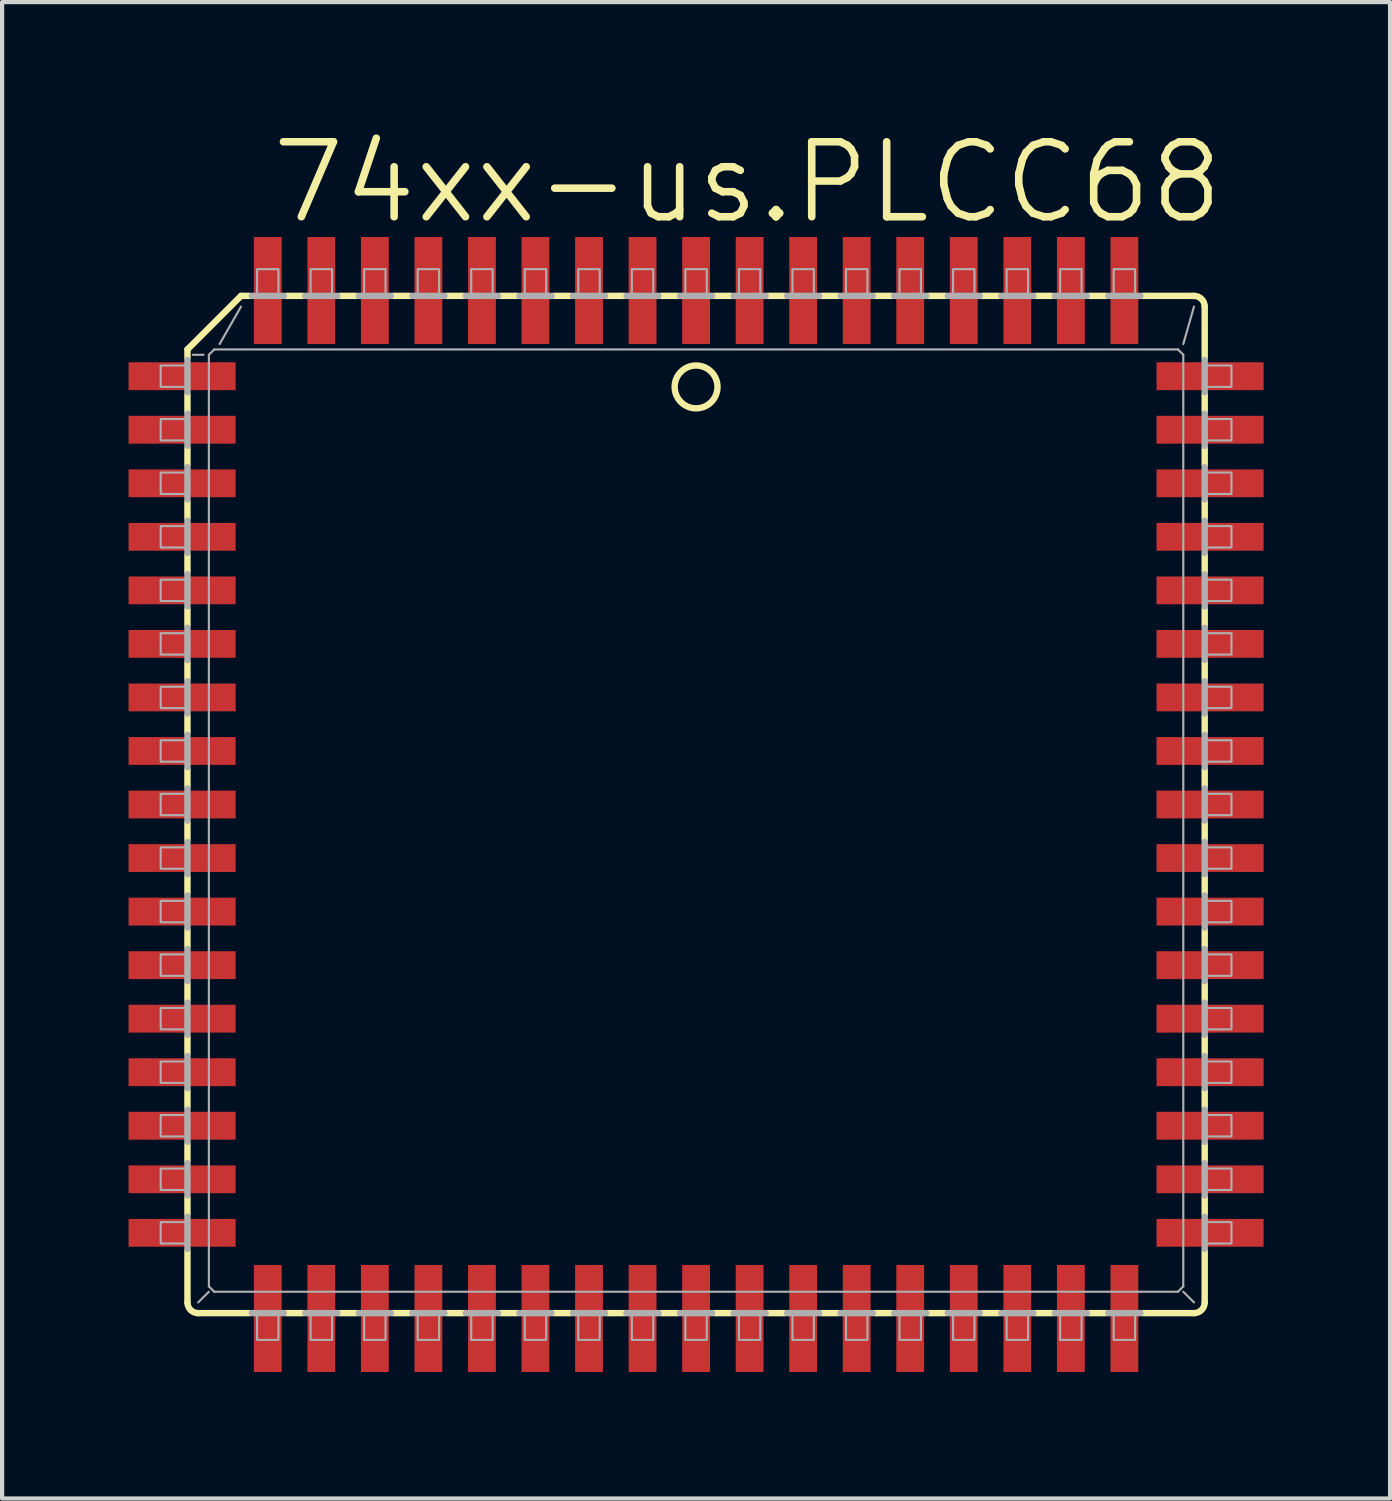
<source format=kicad_pcb>
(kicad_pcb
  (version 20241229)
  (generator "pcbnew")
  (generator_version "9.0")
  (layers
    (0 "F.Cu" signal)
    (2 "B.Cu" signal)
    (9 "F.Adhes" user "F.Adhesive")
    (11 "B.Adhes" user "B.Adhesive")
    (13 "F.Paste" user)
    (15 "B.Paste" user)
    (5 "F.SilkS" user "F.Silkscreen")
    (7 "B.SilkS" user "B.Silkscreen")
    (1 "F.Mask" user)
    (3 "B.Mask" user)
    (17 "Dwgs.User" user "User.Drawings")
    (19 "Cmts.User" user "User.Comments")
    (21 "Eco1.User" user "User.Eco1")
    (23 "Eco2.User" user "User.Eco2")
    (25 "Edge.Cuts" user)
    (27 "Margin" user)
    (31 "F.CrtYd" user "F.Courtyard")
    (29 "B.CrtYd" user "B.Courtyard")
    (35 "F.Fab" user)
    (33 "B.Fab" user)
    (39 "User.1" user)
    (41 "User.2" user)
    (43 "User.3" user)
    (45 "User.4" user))
  (footprint "74xx-us.PLCC68"
    (layer "F.Cu")
    (at 13.462 16.034)
    (property "Reference" "74xx-us.PLCC68" (at -10.16 -13.716 0) (layer "F.SilkS") (effects (font (size 1.778 1.778) (thickness 0.18)) (justify left bottom)))
    (attr smd)
    (fp_line (start -12.065 -10.795) (end -12.065 -10.592) (stroke (width 0.152) (type default)) (layer "F.SilkS"))
    (fp_line (start -12.065 -10.795) (end -10.795 -12.065) (stroke (width 0.152) (type default)) (layer "F.SilkS"))
    (fp_line (start -12.065 -9.728) (end -12.065 -9.322) (stroke (width 0.152) (type default)) (layer "F.SilkS"))
    (fp_line (start -12.065 -8.458) (end -12.065 -8.052) (stroke (width 0.152) (type default)) (layer "F.SilkS"))
    (fp_line (start -12.065 -7.188) (end -12.065 -6.782) (stroke (width 0.152) (type default)) (layer "F.SilkS"))
    (fp_line (start -12.065 -5.918) (end -12.065 -5.512) (stroke (width 0.152) (type default)) (layer "F.SilkS"))
    (fp_line (start -12.065 -4.648) (end -12.065 -4.242) (stroke (width 0.152) (type default)) (layer "F.SilkS"))
    (fp_line (start -12.065 -3.378) (end -12.065 -2.972) (stroke (width 0.152) (type default)) (layer "F.SilkS"))
    (fp_line (start -12.065 -1.702) (end -12.065 -2.108) (stroke (width 0.152) (type default)) (layer "F.SilkS"))
    (fp_line (start -12.065 -0.838) (end -12.065 -0.432) (stroke (width 0.152) (type default)) (layer "F.SilkS"))
    (fp_line (start -12.065 0.838) (end -12.065 0.432) (stroke (width 0.152) (type default)) (layer "F.SilkS"))
    (fp_line (start -12.065 1.702) (end -12.065 2.108) (stroke (width 0.152) (type default)) (layer "F.SilkS"))
    (fp_line (start -12.065 3.378) (end -12.065 2.972) (stroke (width 0.152) (type default)) (layer "F.SilkS"))
    (fp_line (start -12.065 4.242) (end -12.065 4.648) (stroke (width 0.152) (type default)) (layer "F.SilkS"))
    (fp_line (start -12.065 5.918) (end -12.065 5.512) (stroke (width 0.152) (type default)) (layer "F.SilkS"))
    (fp_line (start -12.065 6.782) (end -12.065 7.188) (stroke (width 0.152) (type default)) (layer "F.SilkS"))
    (fp_line (start -12.065 8.458) (end -12.065 8.052) (stroke (width 0.152) (type default)) (layer "F.SilkS"))
    (fp_line (start -12.065 9.322) (end -12.065 9.728) (stroke (width 0.152) (type default)) (layer "F.SilkS"))
    (fp_line (start -12.065 11.811) (end -12.065 10.592) (stroke (width 0.152) (type default)) (layer "F.SilkS"))
    (fp_line (start -11.811 12.065) (end -10.592 12.065) (stroke (width 0.152) (type default)) (layer "F.SilkS"))
    (fp_line (start -10.795 -12.065) (end -10.592 -12.065) (stroke (width 0.152) (type default)) (layer "F.SilkS"))
    (fp_line (start -9.728 12.065) (end -9.322 12.065) (stroke (width 0.152) (type default)) (layer "F.SilkS"))
    (fp_line (start -9.322 -12.065) (end -9.728 -12.065) (stroke (width 0.152) (type default)) (layer "F.SilkS"))
    (fp_line (start -8.458 -12.065) (end -8.052 -12.065) (stroke (width 0.152) (type default)) (layer "F.SilkS"))
    (fp_line (start -8.458 12.065) (end -8.052 12.065) (stroke (width 0.152) (type default)) (layer "F.SilkS"))
    (fp_line (start -7.188 12.065) (end -6.782 12.065) (stroke (width 0.152) (type default)) (layer "F.SilkS"))
    (fp_line (start -6.782 -12.065) (end -7.188 -12.065) (stroke (width 0.152) (type default)) (layer "F.SilkS"))
    (fp_line (start -5.918 -12.065) (end -5.512 -12.065) (stroke (width 0.152) (type default)) (layer "F.SilkS"))
    (fp_line (start -5.918 12.065) (end -5.512 12.065) (stroke (width 0.152) (type default)) (layer "F.SilkS"))
    (fp_line (start -4.648 12.065) (end -4.242 12.065) (stroke (width 0.152) (type default)) (layer "F.SilkS"))
    (fp_line (start -4.242 -12.065) (end -4.648 -12.065) (stroke (width 0.152) (type default)) (layer "F.SilkS"))
    (fp_line (start -3.378 -12.065) (end -2.972 -12.065) (stroke (width 0.152) (type default)) (layer "F.SilkS"))
    (fp_line (start -3.378 12.065) (end -2.972 12.065) (stroke (width 0.152) (type default)) (layer "F.SilkS"))
    (fp_line (start -1.702 -12.065) (end -2.108 -12.065) (stroke (width 0.152) (type default)) (layer "F.SilkS"))
    (fp_line (start -1.702 12.065) (end -2.108 12.065) (stroke (width 0.152) (type default)) (layer "F.SilkS"))
    (fp_line (start -0.838 -12.065) (end -0.432 -12.065) (stroke (width 0.152) (type default)) (layer "F.SilkS"))
    (fp_line (start -0.838 12.065) (end -0.432 12.065) (stroke (width 0.152) (type default)) (layer "F.SilkS"))
    (fp_line (start 0.838 -12.065) (end 0.432 -12.065) (stroke (width 0.152) (type default)) (layer "F.SilkS"))
    (fp_line (start 0.838 12.065) (end 0.432 12.065) (stroke (width 0.152) (type default)) (layer "F.SilkS"))
    (fp_line (start 1.702 -12.065) (end 2.108 -12.065) (stroke (width 0.152) (type default)) (layer "F.SilkS"))
    (fp_line (start 1.702 12.065) (end 2.108 12.065) (stroke (width 0.152) (type default)) (layer "F.SilkS"))
    (fp_line (start 3.378 -12.065) (end 2.972 -12.065) (stroke (width 0.152) (type default)) (layer "F.SilkS"))
    (fp_line (start 3.378 12.065) (end 2.972 12.065) (stroke (width 0.152) (type default)) (layer "F.SilkS"))
    (fp_line (start 4.242 12.065) (end 4.648 12.065) (stroke (width 0.152) (type default)) (layer "F.SilkS"))
    (fp_line (start 4.648 -12.065) (end 4.242 -12.065) (stroke (width 0.152) (type default)) (layer "F.SilkS"))
    (fp_line (start 5.918 -12.065) (end 5.512 -12.065) (stroke (width 0.152) (type default)) (layer "F.SilkS"))
    (fp_line (start 5.918 12.065) (end 5.512 12.065) (stroke (width 0.152) (type default)) (layer "F.SilkS"))
    (fp_line (start 6.782 12.065) (end 7.188 12.065) (stroke (width 0.152) (type default)) (layer "F.SilkS"))
    (fp_line (start 7.188 -12.065) (end 6.782 -12.065) (stroke (width 0.152) (type default)) (layer "F.SilkS"))
    (fp_line (start 8.458 -12.065) (end 8.052 -12.065) (stroke (width 0.152) (type default)) (layer "F.SilkS"))
    (fp_line (start 8.458 12.065) (end 8.052 12.065) (stroke (width 0.152) (type default)) (layer "F.SilkS"))
    (fp_line (start 9.322 12.065) (end 9.728 12.065) (stroke (width 0.152) (type default)) (layer "F.SilkS"))
    (fp_line (start 9.728 -12.065) (end 9.322 -12.065) (stroke (width 0.152) (type default)) (layer "F.SilkS"))
    (fp_line (start 11.811 -12.065) (end 10.592 -12.065) (stroke (width 0.152) (type default)) (layer "F.SilkS"))
    (fp_line (start 11.811 12.065) (end 10.592 12.065) (stroke (width 0.152) (type default)) (layer "F.SilkS"))
    (fp_line (start 12.065 -11.811) (end 12.065 -10.592) (stroke (width 0.152) (type default)) (layer "F.SilkS"))
    (fp_line (start 12.065 -9.322) (end 12.065 -9.728) (stroke (width 0.152) (type default)) (layer "F.SilkS"))
    (fp_line (start 12.065 -8.458) (end 12.065 -8.052) (stroke (width 0.152) (type default)) (layer "F.SilkS"))
    (fp_line (start 12.065 -6.782) (end 12.065 -7.188) (stroke (width 0.152) (type default)) (layer "F.SilkS"))
    (fp_line (start 12.065 -5.918) (end 12.065 -5.512) (stroke (width 0.152) (type default)) (layer "F.SilkS"))
    (fp_line (start 12.065 -4.242) (end 12.065 -4.648) (stroke (width 0.152) (type default)) (layer "F.SilkS"))
    (fp_line (start 12.065 -3.378) (end 12.065 -2.972) (stroke (width 0.152) (type default)) (layer "F.SilkS"))
    (fp_line (start 12.065 -1.702) (end 12.065 -2.108) (stroke (width 0.152) (type default)) (layer "F.SilkS"))
    (fp_line (start 12.065 -0.838) (end 12.065 -0.432) (stroke (width 0.152) (type default)) (layer "F.SilkS"))
    (fp_line (start 12.065 0.838) (end 12.065 0.432) (stroke (width 0.152) (type default)) (layer "F.SilkS"))
    (fp_line (start 12.065 1.702) (end 12.065 2.108) (stroke (width 0.152) (type default)) (layer "F.SilkS"))
    (fp_line (start 12.065 3.378) (end 12.065 2.972) (stroke (width 0.152) (type default)) (layer "F.SilkS"))
    (fp_line (start 12.065 4.648) (end 12.065 4.242) (stroke (width 0.152) (type default)) (layer "F.SilkS"))
    (fp_line (start 12.065 5.918) (end 12.065 5.512) (stroke (width 0.152) (type default)) (layer "F.SilkS"))
    (fp_line (start 12.065 7.188) (end 12.065 6.782) (stroke (width 0.152) (type default)) (layer "F.SilkS"))
    (fp_line (start 12.065 8.458) (end 12.065 8.052) (stroke (width 0.152) (type default)) (layer "F.SilkS"))
    (fp_line (start 12.065 9.728) (end 12.065 9.322) (stroke (width 0.152) (type default)) (layer "F.SilkS"))
    (fp_line (start 12.065 11.811) (end 12.065 10.592) (stroke (width 0.152) (type default)) (layer "F.SilkS"))
    (fp_arc (start -11.811 12.065) (mid -11.990605 11.990605) (end -12.065 11.811) (stroke (width 0.1524) (type default)) (layer "F.SilkS"))
    (fp_arc (start 11.811 -12.065) (mid 11.990605 -11.990605) (end 12.065 -11.811) (stroke (width 0.1524) (type default)) (layer "F.SilkS"))
    (fp_arc (start 12.065 11.811) (mid 11.990605 11.990605) (end 11.811 12.065) (stroke (width 0.1524) (type default)) (layer "F.SilkS"))
    (fp_circle (center 0 -9.906) (end 0.508 -9.906) (stroke (width 0.152) (type default)) (fill no) (layer "F.SilkS"))
    (fp_line (start -12.065 -10.541) (end -12.065 -9.779) (stroke (width 0.152) (type default)) (layer "F.Fab"))
    (fp_line (start -12.065 -9.271) (end -12.065 -8.509) (stroke (width 0.152) (type default)) (layer "F.Fab"))
    (fp_line (start -12.065 -8.001) (end -12.065 -7.239) (stroke (width 0.152) (type default)) (layer "F.Fab"))
    (fp_line (start -12.065 -6.731) (end -12.065 -5.969) (stroke (width 0.152) (type default)) (layer "F.Fab"))
    (fp_line (start -12.065 -5.461) (end -12.065 -4.699) (stroke (width 0.152) (type default)) (layer "F.Fab"))
    (fp_line (start -12.065 -4.191) (end -12.065 -3.429) (stroke (width 0.152) (type default)) (layer "F.Fab"))
    (fp_line (start -12.065 -2.921) (end -12.065 -2.159) (stroke (width 0.152) (type default)) (layer "F.Fab"))
    (fp_line (start -12.065 -1.651) (end -12.065 -0.889) (stroke (width 0.152) (type default)) (layer "F.Fab"))
    (fp_line (start -12.065 -0.381) (end -12.065 0.381) (stroke (width 0.152) (type default)) (layer "F.Fab"))
    (fp_line (start -12.065 0.889) (end -12.065 1.651) (stroke (width 0.152) (type default)) (layer "F.Fab"))
    (fp_line (start -12.065 2.159) (end -12.065 2.921) (stroke (width 0.152) (type default)) (layer "F.Fab"))
    (fp_line (start -12.065 3.429) (end -12.065 4.191) (stroke (width 0.152) (type default)) (layer "F.Fab"))
    (fp_line (start -12.065 4.699) (end -12.065 5.461) (stroke (width 0.152) (type default)) (layer "F.Fab"))
    (fp_line (start -12.065 5.969) (end -12.065 6.731) (stroke (width 0.152) (type default)) (layer "F.Fab"))
    (fp_line (start -12.065 7.239) (end -12.065 8.001) (stroke (width 0.152) (type default)) (layer "F.Fab"))
    (fp_line (start -12.065 8.509) (end -12.065 9.271) (stroke (width 0.152) (type default)) (layer "F.Fab"))
    (fp_line (start -12.065 9.779) (end -12.065 10.541) (stroke (width 0.152) (type default)) (layer "F.Fab"))
    (fp_line (start -11.684 -10.668) (end -11.938 -10.668) (stroke (width 0.051) (type default)) (layer "F.Fab"))
    (fp_line (start -11.557 11.43) (end -11.557 -10.668) (stroke (width 0.051) (type default)) (layer "F.Fab"))
    (fp_line (start -11.557 11.43) (end -11.43 11.557) (stroke (width 0.051) (type default)) (layer "F.Fab"))
    (fp_line (start -11.557 11.557) (end -11.811 11.811) (stroke (width 0.051) (type default)) (layer "F.Fab"))
    (fp_line (start -11.43 -10.795) (end -11.557 -10.668) (stroke (width 0.051) (type default)) (layer "F.Fab"))
    (fp_line (start -11.43 -10.795) (end 11.43 -10.795) (stroke (width 0.051) (type default)) (layer "F.Fab"))
    (fp_line (start -11.303 -10.922) (end -10.795 -11.811) (stroke (width 0.051) (type default)) (layer "F.Fab"))
    (fp_line (start -10.541 12.065) (end -9.779 12.065) (stroke (width 0.152) (type default)) (layer "F.Fab"))
    (fp_line (start -9.779 -12.065) (end -10.541 -12.065) (stroke (width 0.152) (type default)) (layer "F.Fab"))
    (fp_line (start -9.271 12.065) (end -8.509 12.065) (stroke (width 0.152) (type default)) (layer "F.Fab"))
    (fp_line (start -8.509 -12.065) (end -9.271 -12.065) (stroke (width 0.152) (type default)) (layer "F.Fab"))
    (fp_line (start -8.001 12.065) (end -7.239 12.065) (stroke (width 0.152) (type default)) (layer "F.Fab"))
    (fp_line (start -7.239 -12.065) (end -8.001 -12.065) (stroke (width 0.152) (type default)) (layer "F.Fab"))
    (fp_line (start -6.731 12.065) (end -5.969 12.065) (stroke (width 0.152) (type default)) (layer "F.Fab"))
    (fp_line (start -5.969 -12.065) (end -6.731 -12.065) (stroke (width 0.152) (type default)) (layer "F.Fab"))
    (fp_line (start -5.461 12.065) (end -4.699 12.065) (stroke (width 0.152) (type default)) (layer "F.Fab"))
    (fp_line (start -4.699 -12.065) (end -5.461 -12.065) (stroke (width 0.152) (type default)) (layer "F.Fab"))
    (fp_line (start -4.191 12.065) (end -3.429 12.065) (stroke (width 0.152) (type default)) (layer "F.Fab"))
    (fp_line (start -3.429 -12.065) (end -4.191 -12.065) (stroke (width 0.152) (type default)) (layer "F.Fab"))
    (fp_line (start -2.921 12.065) (end -2.159 12.065) (stroke (width 0.152) (type default)) (layer "F.Fab"))
    (fp_line (start -2.159 -12.065) (end -2.921 -12.065) (stroke (width 0.152) (type default)) (layer "F.Fab"))
    (fp_line (start -1.651 12.065) (end -0.889 12.065) (stroke (width 0.152) (type default)) (layer "F.Fab"))
    (fp_line (start -0.889 -12.065) (end -1.651 -12.065) (stroke (width 0.152) (type default)) (layer "F.Fab"))
    (fp_line (start -0.381 12.065) (end 0.381 12.065) (stroke (width 0.152) (type default)) (layer "F.Fab"))
    (fp_line (start 0.381 -12.065) (end -0.381 -12.065) (stroke (width 0.152) (type default)) (layer "F.Fab"))
    (fp_line (start 0.889 12.065) (end 1.651 12.065) (stroke (width 0.152) (type default)) (layer "F.Fab"))
    (fp_line (start 1.651 -12.065) (end 0.889 -12.065) (stroke (width 0.152) (type default)) (layer "F.Fab"))
    (fp_line (start 2.159 12.065) (end 2.921 12.065) (stroke (width 0.152) (type default)) (layer "F.Fab"))
    (fp_line (start 2.921 -12.065) (end 2.159 -12.065) (stroke (width 0.152) (type default)) (layer "F.Fab"))
    (fp_line (start 3.429 12.065) (end 4.191 12.065) (stroke (width 0.152) (type default)) (layer "F.Fab"))
    (fp_line (start 4.191 -12.065) (end 3.429 -12.065) (stroke (width 0.152) (type default)) (layer "F.Fab"))
    (fp_line (start 4.699 12.065) (end 5.461 12.065) (stroke (width 0.152) (type default)) (layer "F.Fab"))
    (fp_line (start 5.461 -12.065) (end 4.699 -12.065) (stroke (width 0.152) (type default)) (layer "F.Fab"))
    (fp_line (start 5.969 12.065) (end 6.731 12.065) (stroke (width 0.152) (type default)) (layer "F.Fab"))
    (fp_line (start 6.731 -12.065) (end 5.969 -12.065) (stroke (width 0.152) (type default)) (layer "F.Fab"))
    (fp_line (start 7.239 12.065) (end 8.001 12.065) (stroke (width 0.152) (type default)) (layer "F.Fab"))
    (fp_line (start 8.001 -12.065) (end 7.239 -12.065) (stroke (width 0.152) (type default)) (layer "F.Fab"))
    (fp_line (start 8.509 12.065) (end 9.271 12.065) (stroke (width 0.152) (type default)) (layer "F.Fab"))
    (fp_line (start 9.271 -12.065) (end 8.509 -12.065) (stroke (width 0.152) (type default)) (layer "F.Fab"))
    (fp_line (start 9.779 12.065) (end 10.541 12.065) (stroke (width 0.152) (type default)) (layer "F.Fab"))
    (fp_line (start 10.541 -12.065) (end 9.779 -12.065) (stroke (width 0.152) (type default)) (layer "F.Fab"))
    (fp_line (start 11.43 11.557) (end -11.43 11.557) (stroke (width 0.051) (type default)) (layer "F.Fab"))
    (fp_line (start 11.43 11.557) (end 11.557 11.43) (stroke (width 0.051) (type default)) (layer "F.Fab"))
    (fp_line (start 11.557 -10.668) (end 11.43 -10.795) (stroke (width 0.051) (type default)) (layer "F.Fab"))
    (fp_line (start 11.557 -10.668) (end 11.557 11.43) (stroke (width 0.051) (type default)) (layer "F.Fab"))
    (fp_line (start 11.557 11.557) (end 11.811 11.811) (stroke (width 0.051) (type default)) (layer "F.Fab"))
    (fp_line (start 11.811 -11.811) (end 11.557 -10.922) (stroke (width 0.051) (type default)) (layer "F.Fab"))
    (fp_line (start 12.065 -9.779) (end 12.065 -10.541) (stroke (width 0.152) (type default)) (layer "F.Fab"))
    (fp_line (start 12.065 -8.509) (end 12.065 -9.271) (stroke (width 0.152) (type default)) (layer "F.Fab"))
    (fp_line (start 12.065 -7.239) (end 12.065 -8.001) (stroke (width 0.152) (type default)) (layer "F.Fab"))
    (fp_line (start 12.065 -5.969) (end 12.065 -6.731) (stroke (width 0.152) (type default)) (layer "F.Fab"))
    (fp_line (start 12.065 -4.699) (end 12.065 -5.461) (stroke (width 0.152) (type default)) (layer "F.Fab"))
    (fp_line (start 12.065 -3.429) (end 12.065 -4.191) (stroke (width 0.152) (type default)) (layer "F.Fab"))
    (fp_line (start 12.065 -2.159) (end 12.065 -2.921) (stroke (width 0.152) (type default)) (layer "F.Fab"))
    (fp_line (start 12.065 -0.889) (end 12.065 -1.651) (stroke (width 0.152) (type default)) (layer "F.Fab"))
    (fp_line (start 12.065 0.381) (end 12.065 -0.381) (stroke (width 0.152) (type default)) (layer "F.Fab"))
    (fp_line (start 12.065 1.651) (end 12.065 0.889) (stroke (width 0.152) (type default)) (layer "F.Fab"))
    (fp_line (start 12.065 2.921) (end 12.065 2.159) (stroke (width 0.152) (type default)) (layer "F.Fab"))
    (fp_line (start 12.065 4.191) (end 12.065 3.429) (stroke (width 0.152) (type default)) (layer "F.Fab"))
    (fp_line (start 12.065 5.461) (end 12.065 4.699) (stroke (width 0.152) (type default)) (layer "F.Fab"))
    (fp_line (start 12.065 6.731) (end 12.065 5.969) (stroke (width 0.152) (type default)) (layer "F.Fab"))
    (fp_line (start 12.065 8.001) (end 12.065 7.239) (stroke (width 0.152) (type default)) (layer "F.Fab"))
    (fp_line (start 12.065 9.271) (end 12.065 8.509) (stroke (width 0.152) (type default)) (layer "F.Fab"))
    (fp_line (start 12.065 10.541) (end 12.065 9.779) (stroke (width 0.152) (type default)) (layer "F.Fab"))
    (fp_rect (start -12.7 -9.906) (end -12.065 -10.414) (stroke (width 0.05) (type default)) (fill no) (layer "F.Fab"))
    (fp_rect (start -12.7 -8.636) (end -12.065 -9.144) (stroke (width 0.05) (type default)) (fill no) (layer "F.Fab"))
    (fp_rect (start -12.7 -7.366) (end -12.065 -7.874) (stroke (width 0.05) (type default)) (fill no) (layer "F.Fab"))
    (fp_rect (start -12.7 -6.096) (end -12.065 -6.604) (stroke (width 0.05) (type default)) (fill no) (layer "F.Fab"))
    (fp_rect (start -12.7 -4.826) (end -12.065 -5.334) (stroke (width 0.05) (type default)) (fill no) (layer "F.Fab"))
    (fp_rect (start -12.7 -3.556) (end -12.065 -4.064) (stroke (width 0.05) (type default)) (fill no) (layer "F.Fab"))
    (fp_rect (start -12.7 -2.286) (end -12.065 -2.794) (stroke (width 0.05) (type default)) (fill no) (layer "F.Fab"))
    (fp_rect (start -12.7 -1.016) (end -12.065 -1.524) (stroke (width 0.05) (type default)) (fill no) (layer "F.Fab"))
    (fp_rect (start -12.7 0.254) (end -12.065 -0.254) (stroke (width 0.05) (type default)) (fill no) (layer "F.Fab"))
    (fp_rect (start -12.7 1.524) (end -12.065 1.016) (stroke (width 0.05) (type default)) (fill no) (layer "F.Fab"))
    (fp_rect (start -12.7 2.794) (end -12.065 2.286) (stroke (width 0.05) (type default)) (fill no) (layer "F.Fab"))
    (fp_rect (start -12.7 4.064) (end -12.065 3.556) (stroke (width 0.05) (type default)) (fill no) (layer "F.Fab"))
    (fp_rect (start -12.7 5.334) (end -12.065 4.826) (stroke (width 0.05) (type default)) (fill no) (layer "F.Fab"))
    (fp_rect (start -12.7 6.604) (end -12.065 6.096) (stroke (width 0.05) (type default)) (fill no) (layer "F.Fab"))
    (fp_rect (start -12.7 7.874) (end -12.065 7.366) (stroke (width 0.05) (type default)) (fill no) (layer "F.Fab"))
    (fp_rect (start -12.7 9.144) (end -12.065 8.636) (stroke (width 0.05) (type default)) (fill no) (layer "F.Fab"))
    (fp_rect (start -12.7 10.414) (end -12.065 9.906) (stroke (width 0.05) (type default)) (fill no) (layer "F.Fab"))
    (fp_rect (start -10.414 -12.065) (end -9.906 -12.7) (stroke (width 0.05) (type default)) (fill no) (layer "F.Fab"))
    (fp_rect (start -10.414 12.7) (end -9.906 12.065) (stroke (width 0.05) (type default)) (fill no) (layer "F.Fab"))
    (fp_rect (start -9.144 -12.065) (end -8.636 -12.7) (stroke (width 0.05) (type default)) (fill no) (layer "F.Fab"))
    (fp_rect (start -9.144 12.7) (end -8.636 12.065) (stroke (width 0.05) (type default)) (fill no) (layer "F.Fab"))
    (fp_rect (start -7.874 -12.065) (end -7.366 -12.7) (stroke (width 0.05) (type default)) (fill no) (layer "F.Fab"))
    (fp_rect (start -7.874 12.7) (end -7.366 12.065) (stroke (width 0.05) (type default)) (fill no) (layer "F.Fab"))
    (fp_rect (start -6.604 -12.065) (end -6.096 -12.7) (stroke (width 0.05) (type default)) (fill no) (layer "F.Fab"))
    (fp_rect (start -6.604 12.7) (end -6.096 12.065) (stroke (width 0.05) (type default)) (fill no) (layer "F.Fab"))
    (fp_rect (start -5.334 -12.065) (end -4.826 -12.7) (stroke (width 0.05) (type default)) (fill no) (layer "F.Fab"))
    (fp_rect (start -5.334 12.7) (end -4.826 12.065) (stroke (width 0.05) (type default)) (fill no) (layer "F.Fab"))
    (fp_rect (start -4.064 -12.065) (end -3.556 -12.7) (stroke (width 0.05) (type default)) (fill no) (layer "F.Fab"))
    (fp_rect (start -4.064 12.7) (end -3.556 12.065) (stroke (width 0.05) (type default)) (fill no) (layer "F.Fab"))
    (fp_rect (start -2.794 -12.065) (end -2.286 -12.7) (stroke (width 0.05) (type default)) (fill no) (layer "F.Fab"))
    (fp_rect (start -2.794 12.7) (end -2.286 12.065) (stroke (width 0.05) (type default)) (fill no) (layer "F.Fab"))
    (fp_rect (start -1.524 -12.065) (end -1.016 -12.7) (stroke (width 0.05) (type default)) (fill no) (layer "F.Fab"))
    (fp_rect (start -1.524 12.7) (end -1.016 12.065) (stroke (width 0.05) (type default)) (fill no) (layer "F.Fab"))
    (fp_rect (start -0.254 -12.065) (end 0.254 -12.7) (stroke (width 0.05) (type default)) (fill no) (layer "F.Fab"))
    (fp_rect (start -0.254 12.7) (end 0.254 12.065) (stroke (width 0.05) (type default)) (fill no) (layer "F.Fab"))
    (fp_rect (start 1.016 -12.065) (end 1.524 -12.7) (stroke (width 0.05) (type default)) (fill no) (layer "F.Fab"))
    (fp_rect (start 1.016 12.7) (end 1.524 12.065) (stroke (width 0.05) (type default)) (fill no) (layer "F.Fab"))
    (fp_rect (start 2.286 -12.065) (end 2.794 -12.7) (stroke (width 0.05) (type default)) (fill no) (layer "F.Fab"))
    (fp_rect (start 2.286 12.7) (end 2.794 12.065) (stroke (width 0.05) (type default)) (fill no) (layer "F.Fab"))
    (fp_rect (start 3.556 -12.065) (end 4.064 -12.7) (stroke (width 0.05) (type default)) (fill no) (layer "F.Fab"))
    (fp_rect (start 3.556 12.7) (end 4.064 12.065) (stroke (width 0.05) (type default)) (fill no) (layer "F.Fab"))
    (fp_rect (start 4.826 -12.065) (end 5.334 -12.7) (stroke (width 0.05) (type default)) (fill no) (layer "F.Fab"))
    (fp_rect (start 4.826 12.7) (end 5.334 12.065) (stroke (width 0.05) (type default)) (fill no) (layer "F.Fab"))
    (fp_rect (start 6.096 -12.065) (end 6.604 -12.7) (stroke (width 0.05) (type default)) (fill no) (layer "F.Fab"))
    (fp_rect (start 6.096 12.7) (end 6.604 12.065) (stroke (width 0.05) (type default)) (fill no) (layer "F.Fab"))
    (fp_rect (start 7.366 -12.065) (end 7.874 -12.7) (stroke (width 0.05) (type default)) (fill no) (layer "F.Fab"))
    (fp_rect (start 7.366 12.7) (end 7.874 12.065) (stroke (width 0.05) (type default)) (fill no) (layer "F.Fab"))
    (fp_rect (start 8.636 -12.065) (end 9.144 -12.7) (stroke (width 0.05) (type default)) (fill no) (layer "F.Fab"))
    (fp_rect (start 8.636 12.7) (end 9.144 12.065) (stroke (width 0.05) (type default)) (fill no) (layer "F.Fab"))
    (fp_rect (start 9.906 -12.065) (end 10.414 -12.7) (stroke (width 0.05) (type default)) (fill no) (layer "F.Fab"))
    (fp_rect (start 9.906 12.7) (end 10.414 12.065) (stroke (width 0.05) (type default)) (fill no) (layer "F.Fab"))
    (fp_rect (start 12.065 -9.906) (end 12.7 -10.414) (stroke (width 0.05) (type default)) (fill no) (layer "F.Fab"))
    (fp_rect (start 12.065 -8.636) (end 12.7 -9.144) (stroke (width 0.05) (type default)) (fill no) (layer "F.Fab"))
    (fp_rect (start 12.065 -7.366) (end 12.7 -7.874) (stroke (width 0.05) (type default)) (fill no) (layer "F.Fab"))
    (fp_rect (start 12.065 -6.096) (end 12.7 -6.604) (stroke (width 0.05) (type default)) (fill no) (layer "F.Fab"))
    (fp_rect (start 12.065 -4.826) (end 12.7 -5.334) (stroke (width 0.05) (type default)) (fill no) (layer "F.Fab"))
    (fp_rect (start 12.065 -3.556) (end 12.7 -4.064) (stroke (width 0.05) (type default)) (fill no) (layer "F.Fab"))
    (fp_rect (start 12.065 -2.286) (end 12.7 -2.794) (stroke (width 0.05) (type default)) (fill no) (layer "F.Fab"))
    (fp_rect (start 12.065 -1.016) (end 12.7 -1.524) (stroke (width 0.05) (type default)) (fill no) (layer "F.Fab"))
    (fp_rect (start 12.065 0.254) (end 12.7 -0.254) (stroke (width 0.05) (type default)) (fill no) (layer "F.Fab"))
    (fp_rect (start 12.065 1.524) (end 12.7 1.016) (stroke (width 0.05) (type default)) (fill no) (layer "F.Fab"))
    (fp_rect (start 12.065 2.794) (end 12.7 2.286) (stroke (width 0.05) (type default)) (fill no) (layer "F.Fab"))
    (fp_rect (start 12.065 4.064) (end 12.7 3.556) (stroke (width 0.05) (type default)) (fill no) (layer "F.Fab"))
    (fp_rect (start 12.065 5.334) (end 12.7 4.826) (stroke (width 0.05) (type default)) (fill no) (layer "F.Fab"))
    (fp_rect (start 12.065 6.604) (end 12.7 6.096) (stroke (width 0.05) (type default)) (fill no) (layer "F.Fab"))
    (fp_rect (start 12.065 7.874) (end 12.7 7.366) (stroke (width 0.05) (type default)) (fill no) (layer "F.Fab"))
    (fp_rect (start 12.065 9.144) (end 12.7 8.636) (stroke (width 0.05) (type default)) (fill no) (layer "F.Fab"))
    (fp_rect (start 12.065 10.414) (end 12.7 9.906) (stroke (width 0.05) (type default)) (fill no) (layer "F.Fab"))
    (pad "1" smd roundrect (at 0 -12.192) (size 0.66 2.54) (layers "F.Cu" "F.Mask" "F.Paste") (roundrect_rratio 0.01))
    (pad "2" smd roundrect (at -1.27 -12.192) (size 0.66 2.54) (layers "F.Cu" "F.Mask" "F.Paste") (roundrect_rratio 0.01))
    (pad "3" smd roundrect (at -2.54 -12.192) (size 0.66 2.54) (layers "F.Cu" "F.Mask" "F.Paste") (roundrect_rratio 0.01))
    (pad "4" smd roundrect (at -3.81 -12.192) (size 0.66 2.54) (layers "F.Cu" "F.Mask" "F.Paste") (roundrect_rratio 0.01))
    (pad "5" smd roundrect (at -5.08 -12.192) (size 0.66 2.54) (layers "F.Cu" "F.Mask" "F.Paste") (roundrect_rratio 0.01))
    (pad "6" smd roundrect (at -6.35 -12.192) (size 0.66 2.54) (layers "F.Cu" "F.Mask" "F.Paste") (roundrect_rratio 0.01))
    (pad "7" smd roundrect (at -7.62 -12.192) (size 0.66 2.54) (layers "F.Cu" "F.Mask" "F.Paste") (roundrect_rratio 0.01))
    (pad "8" smd roundrect (at -8.89 -12.192) (size 0.66 2.54) (layers "F.Cu" "F.Mask" "F.Paste") (roundrect_rratio 0.01))
    (pad "9" smd roundrect (at -10.16 -12.192) (size 0.66 2.54) (layers "F.Cu" "F.Mask" "F.Paste") (roundrect_rratio 0.01))
    (pad "10" smd roundrect (at -12.192 -10.16) (size 2.54 0.66) (layers "F.Cu" "F.Mask" "F.Paste") (roundrect_rratio 0.01))
    (pad "11" smd roundrect (at -12.192 -8.89) (size 2.54 0.66) (layers "F.Cu" "F.Mask" "F.Paste") (roundrect_rratio 0.01))
    (pad "12" smd roundrect (at -12.192 -7.62) (size 2.54 0.66) (layers "F.Cu" "F.Mask" "F.Paste") (roundrect_rratio 0.01))
    (pad "13" smd roundrect (at -12.192 -6.35) (size 2.54 0.66) (layers "F.Cu" "F.Mask" "F.Paste") (roundrect_rratio 0.01))
    (pad "14" smd roundrect (at -12.192 -5.08) (size 2.54 0.66) (layers "F.Cu" "F.Mask" "F.Paste") (roundrect_rratio 0.01))
    (pad "15" smd roundrect (at -12.192 -3.81) (size 2.54 0.66) (layers "F.Cu" "F.Mask" "F.Paste") (roundrect_rratio 0.01))
    (pad "16" smd roundrect (at -12.192 -2.54) (size 2.54 0.66) (layers "F.Cu" "F.Mask" "F.Paste") (roundrect_rratio 0.01))
    (pad "17" smd roundrect (at -12.192 -1.27) (size 2.54 0.66) (layers "F.Cu" "F.Mask" "F.Paste") (roundrect_rratio 0.01))
    (pad "18" smd roundrect (at -12.192 0) (size 2.54 0.66) (layers "F.Cu" "F.Mask" "F.Paste") (roundrect_rratio 0.01))
    (pad "19" smd roundrect (at -12.192 1.27) (size 2.54 0.66) (layers "F.Cu" "F.Mask" "F.Paste") (roundrect_rratio 0.01))
    (pad "20" smd roundrect (at -12.192 2.54) (size 2.54 0.66) (layers "F.Cu" "F.Mask" "F.Paste") (roundrect_rratio 0.01))
    (pad "21" smd roundrect (at -12.192 3.81) (size 2.54 0.66) (layers "F.Cu" "F.Mask" "F.Paste") (roundrect_rratio 0.01))
    (pad "22" smd roundrect (at -12.192 5.08) (size 2.54 0.66) (layers "F.Cu" "F.Mask" "F.Paste") (roundrect_rratio 0.01))
    (pad "23" smd roundrect (at -12.192 6.35) (size 2.54 0.66) (layers "F.Cu" "F.Mask" "F.Paste") (roundrect_rratio 0.01))
    (pad "24" smd roundrect (at -12.192 7.62) (size 2.54 0.66) (layers "F.Cu" "F.Mask" "F.Paste") (roundrect_rratio 0.01))
    (pad "25" smd roundrect (at -12.192 8.89) (size 2.54 0.66) (layers "F.Cu" "F.Mask" "F.Paste") (roundrect_rratio 0.01))
    (pad "26" smd roundrect (at -12.192 10.16) (size 2.54 0.66) (layers "F.Cu" "F.Mask" "F.Paste") (roundrect_rratio 0.01))
    (pad "27" smd roundrect (at -10.16 12.192) (size 0.66 2.54) (layers "F.Cu" "F.Mask" "F.Paste") (roundrect_rratio 0.01))
    (pad "28" smd roundrect (at -8.89 12.192) (size 0.66 2.54) (layers "F.Cu" "F.Mask" "F.Paste") (roundrect_rratio 0.01))
    (pad "29" smd roundrect (at -7.62 12.192) (size 0.66 2.54) (layers "F.Cu" "F.Mask" "F.Paste") (roundrect_rratio 0.01))
    (pad "30" smd roundrect (at -6.35 12.192) (size 0.66 2.54) (layers "F.Cu" "F.Mask" "F.Paste") (roundrect_rratio 0.01))
    (pad "31" smd roundrect (at -5.08 12.192) (size 0.66 2.54) (layers "F.Cu" "F.Mask" "F.Paste") (roundrect_rratio 0.01))
    (pad "32" smd roundrect (at -3.81 12.192) (size 0.66 2.54) (layers "F.Cu" "F.Mask" "F.Paste") (roundrect_rratio 0.01))
    (pad "33" smd roundrect (at -2.54 12.192) (size 0.66 2.54) (layers "F.Cu" "F.Mask" "F.Paste") (roundrect_rratio 0.01))
    (pad "34" smd roundrect (at -1.27 12.192) (size 0.66 2.54) (layers "F.Cu" "F.Mask" "F.Paste") (roundrect_rratio 0.01))
    (pad "35" smd roundrect (at 0 12.192) (size 0.66 2.54) (layers "F.Cu" "F.Mask" "F.Paste") (roundrect_rratio 0.01))
    (pad "36" smd roundrect (at 1.27 12.192) (size 0.66 2.54) (layers "F.Cu" "F.Mask" "F.Paste") (roundrect_rratio 0.01))
    (pad "37" smd roundrect (at 2.54 12.192) (size 0.66 2.54) (layers "F.Cu" "F.Mask" "F.Paste") (roundrect_rratio 0.01))
    (pad "38" smd roundrect (at 3.81 12.192) (size 0.66 2.54) (layers "F.Cu" "F.Mask" "F.Paste") (roundrect_rratio 0.01))
    (pad "39" smd roundrect (at 5.08 12.192) (size 0.66 2.54) (layers "F.Cu" "F.Mask" "F.Paste") (roundrect_rratio 0.01))
    (pad "40" smd roundrect (at 6.35 12.192) (size 0.66 2.54) (layers "F.Cu" "F.Mask" "F.Paste") (roundrect_rratio 0.01))
    (pad "41" smd roundrect (at 7.62 12.192) (size 0.66 2.54) (layers "F.Cu" "F.Mask" "F.Paste") (roundrect_rratio 0.01))
    (pad "42" smd roundrect (at 8.89 12.192) (size 0.66 2.54) (layers "F.Cu" "F.Mask" "F.Paste") (roundrect_rratio 0.01))
    (pad "43" smd roundrect (at 10.16 12.192) (size 0.66 2.54) (layers "F.Cu" "F.Mask" "F.Paste") (roundrect_rratio 0.01))
    (pad "44" smd roundrect (at 12.192 10.16) (size 2.54 0.66) (layers "F.Cu" "F.Mask" "F.Paste") (roundrect_rratio 0.01))
    (pad "45" smd roundrect (at 12.192 8.89) (size 2.54 0.66) (layers "F.Cu" "F.Mask" "F.Paste") (roundrect_rratio 0.01))
    (pad "46" smd roundrect (at 12.192 7.62) (size 2.54 0.66) (layers "F.Cu" "F.Mask" "F.Paste") (roundrect_rratio 0.01))
    (pad "47" smd roundrect (at 12.192 6.35) (size 2.54 0.66) (layers "F.Cu" "F.Mask" "F.Paste") (roundrect_rratio 0.01))
    (pad "48" smd roundrect (at 12.192 5.08) (size 2.54 0.66) (layers "F.Cu" "F.Mask" "F.Paste") (roundrect_rratio 0.01))
    (pad "49" smd roundrect (at 12.192 3.81) (size 2.54 0.66) (layers "F.Cu" "F.Mask" "F.Paste") (roundrect_rratio 0.01))
    (pad "50" smd roundrect (at 12.192 2.54) (size 2.54 0.66) (layers "F.Cu" "F.Mask" "F.Paste") (roundrect_rratio 0.01))
    (pad "51" smd roundrect (at 12.192 1.27) (size 2.54 0.66) (layers "F.Cu" "F.Mask" "F.Paste") (roundrect_rratio 0.01))
    (pad "52" smd roundrect (at 12.192 0) (size 2.54 0.66) (layers "F.Cu" "F.Mask" "F.Paste") (roundrect_rratio 0.01))
    (pad "53" smd roundrect (at 12.192 -1.27) (size 2.54 0.66) (layers "F.Cu" "F.Mask" "F.Paste") (roundrect_rratio 0.01))
    (pad "54" smd roundrect (at 12.192 -2.54) (size 2.54 0.66) (layers "F.Cu" "F.Mask" "F.Paste") (roundrect_rratio 0.01))
    (pad "55" smd roundrect (at 12.192 -3.81) (size 2.54 0.66) (layers "F.Cu" "F.Mask" "F.Paste") (roundrect_rratio 0.01))
    (pad "56" smd roundrect (at 12.192 -5.08) (size 2.54 0.66) (layers "F.Cu" "F.Mask" "F.Paste") (roundrect_rratio 0.01))
    (pad "57" smd roundrect (at 12.192 -6.35) (size 2.54 0.66) (layers "F.Cu" "F.Mask" "F.Paste") (roundrect_rratio 0.01))
    (pad "58" smd roundrect (at 12.192 -7.62) (size 2.54 0.66) (layers "F.Cu" "F.Mask" "F.Paste") (roundrect_rratio 0.01))
    (pad "59" smd roundrect (at 12.192 -8.89) (size 2.54 0.66) (layers "F.Cu" "F.Mask" "F.Paste") (roundrect_rratio 0.01))
    (pad "60" smd roundrect (at 12.192 -10.16) (size 2.54 0.66) (layers "F.Cu" "F.Mask" "F.Paste") (roundrect_rratio 0.01))
    (pad "61" smd roundrect (at 10.16 -12.192) (size 0.66 2.54) (layers "F.Cu" "F.Mask" "F.Paste") (roundrect_rratio 0.01))
    (pad "62" smd roundrect (at 8.89 -12.192) (size 0.66 2.54) (layers "F.Cu" "F.Mask" "F.Paste") (roundrect_rratio 0.01))
    (pad "63" smd roundrect (at 7.62 -12.192) (size 0.66 2.54) (layers "F.Cu" "F.Mask" "F.Paste") (roundrect_rratio 0.01))
    (pad "64" smd roundrect (at 6.35 -12.192) (size 0.66 2.54) (layers "F.Cu" "F.Mask" "F.Paste") (roundrect_rratio 0.01))
    (pad "65" smd roundrect (at 5.08 -12.192) (size 0.66 2.54) (layers "F.Cu" "F.Mask" "F.Paste") (roundrect_rratio 0.01))
    (pad "66" smd roundrect (at 3.81 -12.192) (size 0.66 2.54) (layers "F.Cu" "F.Mask" "F.Paste") (roundrect_rratio 0.01))
    (pad "67" smd roundrect (at 2.54 -12.192) (size 0.66 2.54) (layers "F.Cu" "F.Mask" "F.Paste") (roundrect_rratio 0.01))
    (pad "68" smd roundrect (at 1.27 -12.192) (size 0.66 2.54) (layers "F.Cu" "F.Mask" "F.Paste") (roundrect_rratio 0.01)))
  (gr_rect
    (start -3 -3)
    (end 29.924 32.496)
    (stroke (width 0.1) (type default))
    (fill no)
    (layer "Edge.Cuts")))
</source>
